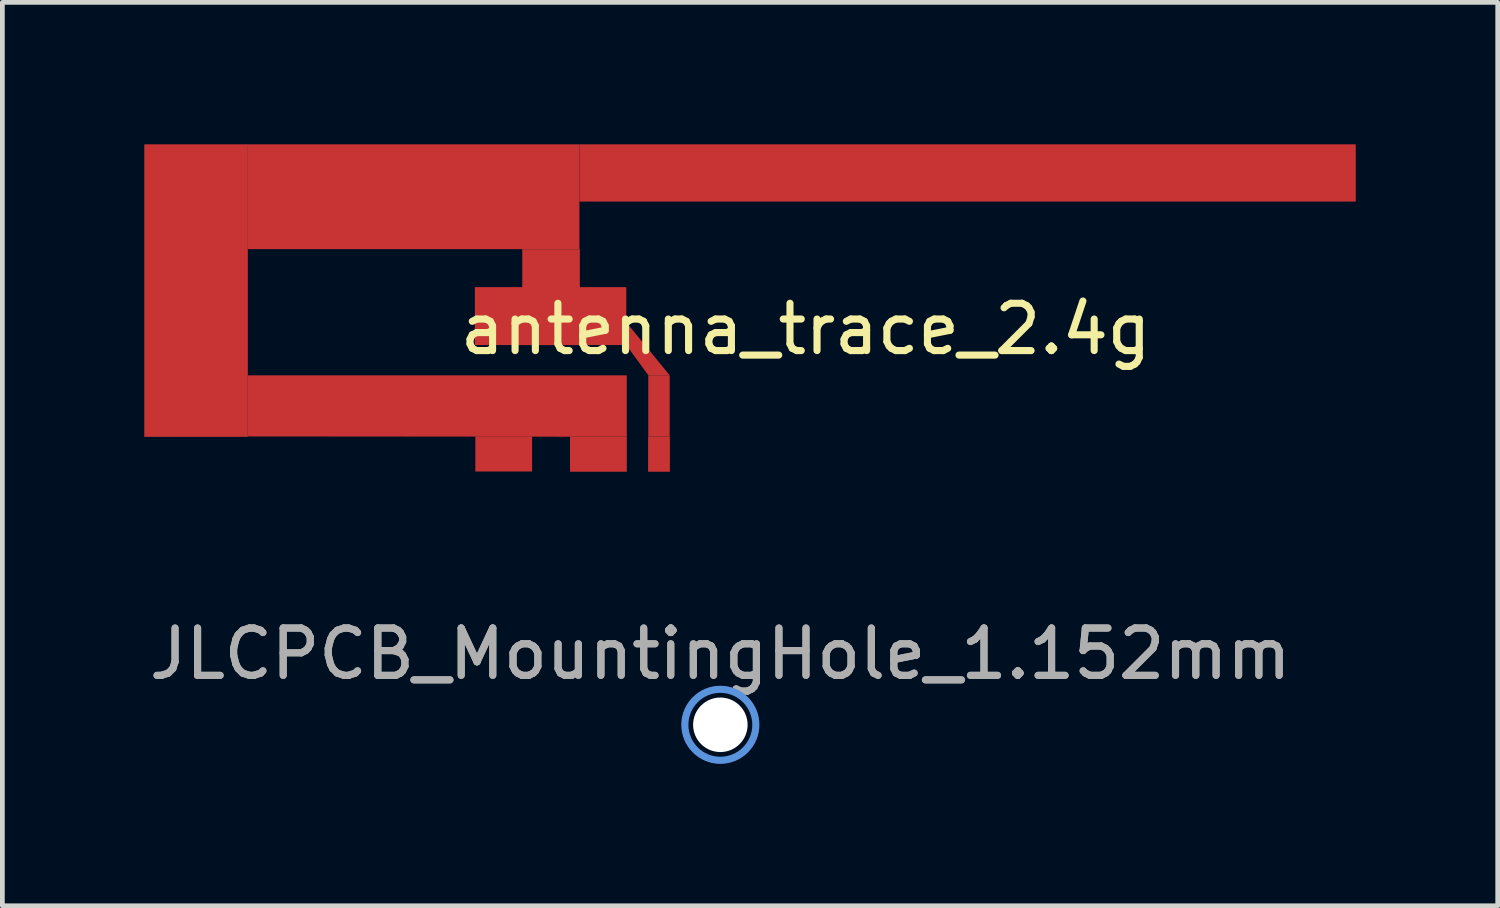
<source format=kicad_pcb>
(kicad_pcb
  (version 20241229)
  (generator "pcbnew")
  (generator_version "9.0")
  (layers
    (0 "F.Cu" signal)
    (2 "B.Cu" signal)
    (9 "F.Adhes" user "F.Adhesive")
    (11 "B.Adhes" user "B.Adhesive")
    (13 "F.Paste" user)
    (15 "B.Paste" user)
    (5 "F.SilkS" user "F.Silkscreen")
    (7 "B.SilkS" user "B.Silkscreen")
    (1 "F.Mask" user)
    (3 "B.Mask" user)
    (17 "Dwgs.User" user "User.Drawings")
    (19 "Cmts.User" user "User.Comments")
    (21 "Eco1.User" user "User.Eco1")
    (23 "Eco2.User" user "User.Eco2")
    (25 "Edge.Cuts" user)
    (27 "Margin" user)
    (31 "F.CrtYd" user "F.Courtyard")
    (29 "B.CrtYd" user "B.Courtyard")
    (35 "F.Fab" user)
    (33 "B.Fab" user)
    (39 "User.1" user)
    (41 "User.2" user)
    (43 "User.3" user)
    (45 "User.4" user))
  (footprint "antenna_trace_2.4g"
    (layer "F.Cu")
    (at 6.985 3.018)
    (property "Reference" "antenna_trace_2.4g" (at 6.993 0.886 0) (layer "F.SilkS") (effects (font (size 1 1) (thickness 0.15))))
    (attr through_hole)
    (fp_poly (pts (xy -4.801 3.16) (xy -6.98 3.16) (xy -6.98 -3.012) (xy -4.801 -3.012)) (stroke (width 0.01) (type solid)) (fill yes) (layer "F.Cu"))
    (fp_poly (pts (xy 2.21 -0.803) (xy -4.801 -0.803) (xy -4.801 -3.018) (xy 2.21 -3.018)) (stroke (width 0.001) (type solid)) (fill yes) (layer "F.Cu"))
    (fp_poly (pts (xy 2.215 1.219) (xy 1.006 1.219) (xy 1.006 -0.798) (xy 2.215 -0.798)) (stroke (width 0.01) (type solid)) (fill yes) (layer "F.Cu"))
    (fp_poly (pts (xy 3.2 1.224) (xy 0 1.224) (xy 0 0) (xy 3.2 0)) (stroke (width 0.001) (type solid)) (fill yes) (layer "F.Cu"))
    (fp_poly (pts (xy 3.211 3.162) (xy -4.796 3.155) (xy -4.796 1.864) (xy 3.211 1.864)) (stroke (width 0.001) (type solid)) (fill yes) (layer "F.Cu"))
    (fp_poly (pts (xy 4.117 1.862) (xy 3.665 1.862) (xy 3.2 1.224) (xy 3.2 0.744)) (stroke (width 0.001) (type solid)) (fill yes) (layer "F.Cu"))
    (fp_poly (pts (xy 4.117 3.16) (xy 3.665 3.16) (xy 3.665 1.862) (xy 4.117 1.862)) (stroke (width 0.001) (type solid)) (fill yes) (layer "F.Cu"))
    (fp_poly (pts (xy 18.616 -1.808) (xy 2.21 -1.808) (xy 2.21 -3.018) (xy 18.616 -3.018)) (stroke (width 0.001) (type solid)) (fill yes) (layer "F.Cu"))
    (pad "1" smd rect (at 3.891 3.531) (size 0.46 0.74) (layers "F.Cu" "F.Mask" "F.Paste"))
    (pad "2" smd rect (at 0.61 3.526) (size 1.2 0.74) (layers "F.Cu" "F.Mask" "F.Paste"))
    (pad "2" smd rect (at 2.611 3.531) (size 1.2 0.74) (layers "F.Cu" "F.Mask" "F.Paste")))
  (footprint "JLCPCB_MountingHole_1.152mm"
    (layer "F.Cu")
    (at 12.173 12.267)
    (property "Reference" "JLCPCB_MountingHole_1.152mm" (at 0 -1.5 0) (layer "F.Fab") (effects (font (size 1 1) (thickness 0.15))))
    (attr exclude_from_pos_files exclude_from_bom)
    (fp_circle (center 0 0) (end 0.75 0) (stroke (width 0.15) (type solid)) (fill no) (layer "Cmts.User"))
    (fp_circle (center 0 0) (end 0.75 0.25) (stroke (width 0.05) (type solid)) (fill no) (layer "F.CrtYd"))
    (fp_text user "${REFERENCE}" (at 0 -1.5 0) (layer "F.Fab") (effects (font (size 1 1) (thickness 0.15))))
    (pad "" np_thru_hole circle (at 0 0) (size 1.152 1.152) (drill 1.152) (layers "*.Cu" "*.Mask")))
  (gr_rect
    (start -3 -3)
    (end 28.601 16.092)
    (stroke (width 0.1) (type default))
    (fill no)
    (layer "Edge.Cuts")))
</source>
